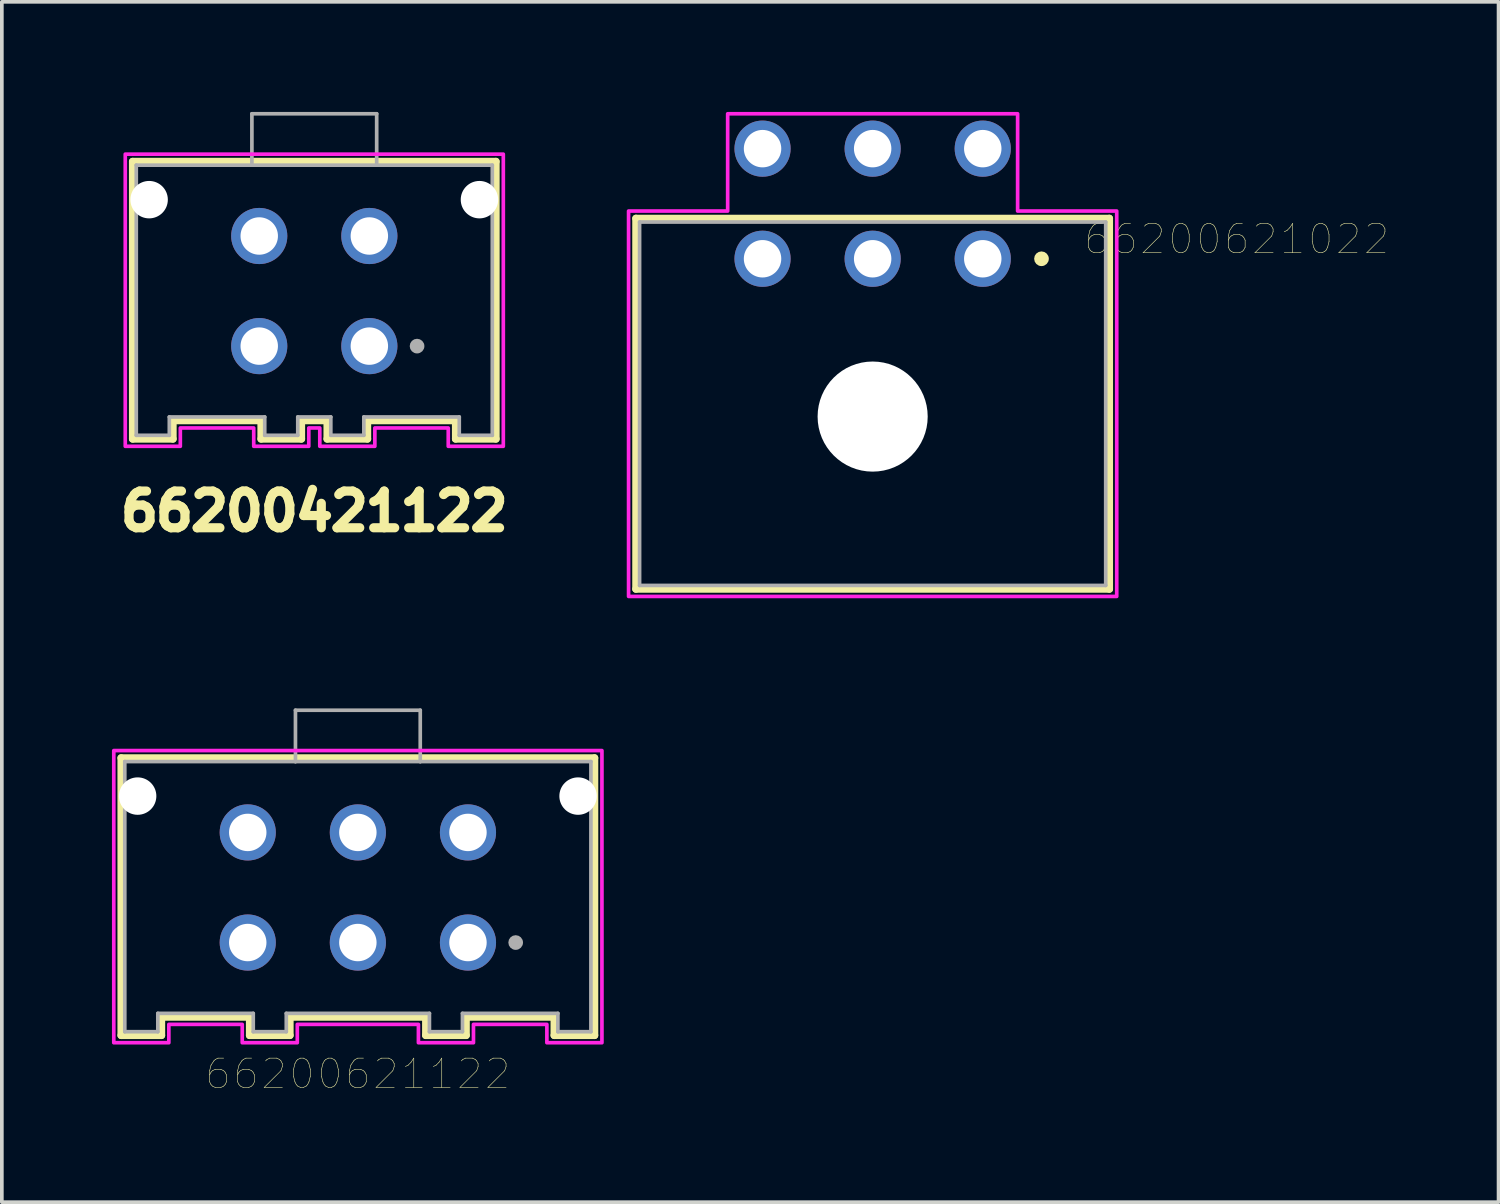
<source format=kicad_pcb>
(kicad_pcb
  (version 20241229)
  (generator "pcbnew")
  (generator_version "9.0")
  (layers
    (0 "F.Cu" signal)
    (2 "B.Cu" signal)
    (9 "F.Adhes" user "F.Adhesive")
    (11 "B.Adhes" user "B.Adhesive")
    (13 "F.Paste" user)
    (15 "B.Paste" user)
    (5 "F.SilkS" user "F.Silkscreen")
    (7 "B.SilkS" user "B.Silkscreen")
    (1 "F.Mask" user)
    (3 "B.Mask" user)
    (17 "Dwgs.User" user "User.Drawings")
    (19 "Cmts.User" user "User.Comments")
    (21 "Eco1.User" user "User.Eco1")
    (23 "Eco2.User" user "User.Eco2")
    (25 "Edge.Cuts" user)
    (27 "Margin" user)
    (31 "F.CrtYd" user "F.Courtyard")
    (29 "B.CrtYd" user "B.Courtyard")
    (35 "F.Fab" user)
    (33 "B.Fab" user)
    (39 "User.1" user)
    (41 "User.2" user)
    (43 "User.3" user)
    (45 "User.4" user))
  (footprint "66200421122"
    (layer "F.Cu")
    (at 5.513 4.88)
    (property "Reference" "66200421122" (at 0 6 0) (layer "F.SilkS") (effects (font (size 1 1) (thickness 0.25))))
    (attr through_hole)
    (fp_line (start -4.95 -3.53) (end 4.95 -3.53) (stroke (width 0.2) (type solid)) (layer "F.SilkS"))
    (fp_line (start -4.95 4.03) (end -4.95 -3.53) (stroke (width 0.2) (type solid)) (layer "F.SilkS"))
    (fp_line (start -3.85 3.53) (end -3.85 4.03) (stroke (width 0.2) (type solid)) (layer "F.SilkS"))
    (fp_line (start -3.85 4.03) (end -4.95 4.03) (stroke (width 0.2) (type solid)) (layer "F.SilkS"))
    (fp_line (start -1.45 3.53) (end -3.85 3.53) (stroke (width 0.2) (type solid)) (layer "F.SilkS"))
    (fp_line (start -1.45 4.03) (end -1.45 3.53) (stroke (width 0.2) (type solid)) (layer "F.SilkS"))
    (fp_line (start -0.35 3.53) (end -0.35 4.03) (stroke (width 0.2) (type solid)) (layer "F.SilkS"))
    (fp_line (start -0.35 4.03) (end -1.45 4.03) (stroke (width 0.2) (type solid)) (layer "F.SilkS"))
    (fp_line (start 0.35 3.53) (end -0.35 3.53) (stroke (width 0.2) (type solid)) (layer "F.SilkS"))
    (fp_line (start 0.35 4.03) (end 0.35 3.53) (stroke (width 0.2) (type solid)) (layer "F.SilkS"))
    (fp_line (start 1.45 3.53) (end 1.45 4.03) (stroke (width 0.2) (type solid)) (layer "F.SilkS"))
    (fp_line (start 1.45 4.03) (end 0.35 4.03) (stroke (width 0.2) (type solid)) (layer "F.SilkS"))
    (fp_line (start 3.85 3.53) (end 1.45 3.53) (stroke (width 0.2) (type solid)) (layer "F.SilkS"))
    (fp_line (start 3.85 4.03) (end 3.85 3.53) (stroke (width 0.2) (type solid)) (layer "F.SilkS"))
    (fp_line (start 4.95 -3.53) (end 4.95 4.03) (stroke (width 0.2) (type solid)) (layer "F.SilkS"))
    (fp_line (start 4.95 4.03) (end 3.85 4.03) (stroke (width 0.2) (type solid)) (layer "F.SilkS"))
    (fp_poly (pts (xy 5.15 -3.73) (xy 5.15 4.23) (xy 3.65 4.23) (xy 3.65 3.73) (xy 1.65 3.73) (xy 1.65 4.23) (xy 0.15 4.23) (xy 0.15 3.73) (xy -0.15 3.73) (xy -0.15 4.23) (xy -1.65 4.23) (xy -1.65 3.73) (xy -3.65 3.73) (xy -3.65 4.23) (xy -5.15 4.23) (xy -5.15 -3.73)) (stroke (width 0.1) (type solid)) (fill no) (layer "F.CrtYd"))
    (fp_line (start -4.85 -3.43) (end -4.85 3.93) (stroke (width 0.1) (type solid)) (layer "F.Fab"))
    (fp_line (start -4.85 3.93) (end -3.95 3.93) (stroke (width 0.1) (type solid)) (layer "F.Fab"))
    (fp_line (start -3.95 3.43) (end -1.35 3.43) (stroke (width 0.1) (type solid)) (layer "F.Fab"))
    (fp_line (start -3.95 3.93) (end -3.95 3.43) (stroke (width 0.1) (type solid)) (layer "F.Fab"))
    (fp_line (start -1.7 -4.83) (end 1.7 -4.83) (stroke (width 0.1) (type solid)) (layer "F.Fab"))
    (fp_line (start -1.7 -3.43) (end -4.85 -3.43) (stroke (width 0.1) (type solid)) (layer "F.Fab"))
    (fp_line (start -1.7 -3.43) (end -1.7 -4.83) (stroke (width 0.1) (type solid)) (layer "F.Fab"))
    (fp_line (start -1.35 3.43) (end -1.35 3.93) (stroke (width 0.1) (type solid)) (layer "F.Fab"))
    (fp_line (start -1.35 3.93) (end -0.45 3.93) (stroke (width 0.1) (type solid)) (layer "F.Fab"))
    (fp_line (start -0.45 3.43) (end 0.45 3.43) (stroke (width 0.1) (type solid)) (layer "F.Fab"))
    (fp_line (start -0.45 3.93) (end -0.45 3.43) (stroke (width 0.1) (type solid)) (layer "F.Fab"))
    (fp_line (start 0.45 3.43) (end 0.45 3.93) (stroke (width 0.1) (type solid)) (layer "F.Fab"))
    (fp_line (start 0.45 3.93) (end 1.35 3.93) (stroke (width 0.1) (type solid)) (layer "F.Fab"))
    (fp_line (start 1.35 3.43) (end 3.95 3.43) (stroke (width 0.1) (type solid)) (layer "F.Fab"))
    (fp_line (start 1.35 3.93) (end 1.35 3.43) (stroke (width 0.1) (type solid)) (layer "F.Fab"))
    (fp_line (start 1.7 -4.83) (end 1.7 -3.43) (stroke (width 0.1) (type solid)) (layer "F.Fab"))
    (fp_line (start 1.7 -3.43) (end -1.7 -3.43) (stroke (width 0.1) (type solid)) (layer "F.Fab"))
    (fp_line (start 3.95 3.93) (end 3.95 3.43) (stroke (width 0.1) (type solid)) (layer "F.Fab"))
    (fp_line (start 4.85 -3.43) (end 1.7 -3.43) (stroke (width 0.1) (type solid)) (layer "F.Fab"))
    (fp_line (start 4.85 3.93) (end 3.95 3.93) (stroke (width 0.1) (type solid)) (layer "F.Fab"))
    (fp_line (start 4.85 3.93) (end 4.85 -3.43) (stroke (width 0.1) (type solid)) (layer "F.Fab"))
    (fp_circle (center 2.8 1.5) (end 2.9 1.5) (stroke (width 0.2) (type solid)) (fill no) (layer "F.Fab"))
    (pad "" np_thru_hole circle (at -4.5 -2.49) (size 1.02 1.02) (drill 1.02) (layers "*.Cu" "*.Mask"))
    (pad "" np_thru_hole circle (at 4.5 -2.49) (size 1.02 1.02) (drill 1.02) (layers "*.Cu" "*.Mask"))
    (pad "1" thru_hole circle (at 1.5 1.5) (size 1.53 1.53) (drill 1.02) (layers "*.Cu" "*.Mask"))
    (pad "2" thru_hole circle (at -1.5 1.5) (size 1.53 1.53) (drill 1.02) (layers "*.Cu" "*.Mask"))
    (pad "3" thru_hole circle (at 1.5 -1.5) (size 1.53 1.53) (drill 1.02) (layers "*.Cu" "*.Mask"))
    (pad "4" thru_hole circle (at -1.5 -1.5) (size 1.53 1.53) (drill 1.02) (layers "*.Cu" "*.Mask")))
  (footprint "66200621122"
    (layer "F.Cu")
    (at 6.7 21.13)
    (property "Reference" "66200621122" (at 0 5.08 0) (layer "F.SilkS") (effects (font (size 0.8 0.8) (thickness 0.015))))
    (attr through_hole)
    (fp_line (start -6.45 -3.53) (end 6.45 -3.53) (stroke (width 0.2) (type solid)) (layer "F.SilkS"))
    (fp_line (start -6.45 4.03) (end -6.45 -3.53) (stroke (width 0.2) (type solid)) (layer "F.SilkS"))
    (fp_line (start -5.35 3.53) (end -5.35 4.03) (stroke (width 0.2) (type solid)) (layer "F.SilkS"))
    (fp_line (start -5.35 4.03) (end -6.45 4.03) (stroke (width 0.2) (type solid)) (layer "F.SilkS"))
    (fp_line (start -2.95 3.53) (end -5.35 3.53) (stroke (width 0.2) (type solid)) (layer "F.SilkS"))
    (fp_line (start -2.95 4.03) (end -2.95 3.53) (stroke (width 0.2) (type solid)) (layer "F.SilkS"))
    (fp_line (start -1.85 3.53) (end -1.85 4.03) (stroke (width 0.2) (type solid)) (layer "F.SilkS"))
    (fp_line (start -1.85 4.03) (end -2.95 4.03) (stroke (width 0.2) (type solid)) (layer "F.SilkS"))
    (fp_line (start 1.85 3.53) (end -1.85 3.53) (stroke (width 0.2) (type solid)) (layer "F.SilkS"))
    (fp_line (start 1.85 4.03) (end 1.85 3.53) (stroke (width 0.2) (type solid)) (layer "F.SilkS"))
    (fp_line (start 2.95 3.53) (end 2.95 4.03) (stroke (width 0.2) (type solid)) (layer "F.SilkS"))
    (fp_line (start 2.95 4.03) (end 1.85 4.03) (stroke (width 0.2) (type solid)) (layer "F.SilkS"))
    (fp_line (start 5.35 3.53) (end 2.95 3.53) (stroke (width 0.2) (type solid)) (layer "F.SilkS"))
    (fp_line (start 5.35 4.03) (end 5.35 3.53) (stroke (width 0.2) (type solid)) (layer "F.SilkS"))
    (fp_line (start 6.45 -3.53) (end 6.45 4.03) (stroke (width 0.2) (type solid)) (layer "F.SilkS"))
    (fp_line (start 6.45 4.03) (end 5.35 4.03) (stroke (width 0.2) (type solid)) (layer "F.SilkS"))
    (fp_poly (pts (xy 6.65 -3.73) (xy 6.65 4.23) (xy 5.15 4.23) (xy 5.15 3.73) (xy 3.15 3.73) (xy 3.15 4.23) (xy 1.65 4.23) (xy 1.65 3.73) (xy -1.65 3.73) (xy -1.65 4.23) (xy -3.15 4.23) (xy -3.15 3.73) (xy -5.15 3.73) (xy -5.15 4.23) (xy -6.65 4.23) (xy -6.65 -3.73)) (stroke (width 0.1) (type solid)) (fill no) (layer "F.CrtYd"))
    (fp_line (start -6.35 -3.43) (end -6.35 3.93) (stroke (width 0.1) (type solid)) (layer "F.Fab"))
    (fp_line (start -6.35 3.93) (end -5.45 3.93) (stroke (width 0.1) (type solid)) (layer "F.Fab"))
    (fp_line (start -5.45 3.43) (end -2.85 3.43) (stroke (width 0.1) (type solid)) (layer "F.Fab"))
    (fp_line (start -5.45 3.93) (end -5.45 3.43) (stroke (width 0.1) (type solid)) (layer "F.Fab"))
    (fp_line (start -2.85 3.43) (end -2.85 3.93) (stroke (width 0.1) (type solid)) (layer "F.Fab"))
    (fp_line (start -2.85 3.93) (end -1.95 3.93) (stroke (width 0.1) (type solid)) (layer "F.Fab"))
    (fp_line (start -1.95 3.43) (end 1.95 3.43) (stroke (width 0.1) (type solid)) (layer "F.Fab"))
    (fp_line (start -1.95 3.93) (end -1.95 3.43) (stroke (width 0.1) (type solid)) (layer "F.Fab"))
    (fp_line (start -1.7 -4.83) (end 1.7 -4.83) (stroke (width 0.1) (type solid)) (layer "F.Fab"))
    (fp_line (start -1.7 -3.43) (end -6.35 -3.43) (stroke (width 0.1) (type solid)) (layer "F.Fab"))
    (fp_line (start -1.7 -3.43) (end -1.7 -4.83) (stroke (width 0.1) (type solid)) (layer "F.Fab"))
    (fp_line (start 1.7 -4.83) (end 1.7 -3.43) (stroke (width 0.1) (type solid)) (layer "F.Fab"))
    (fp_line (start 1.7 -3.43) (end -1.7 -3.43) (stroke (width 0.1) (type solid)) (layer "F.Fab"))
    (fp_line (start 1.95 3.43) (end 1.95 3.93) (stroke (width 0.1) (type solid)) (layer "F.Fab"))
    (fp_line (start 1.95 3.93) (end 2.85 3.93) (stroke (width 0.1) (type solid)) (layer "F.Fab"))
    (fp_line (start 2.85 3.43) (end 5.45 3.43) (stroke (width 0.1) (type solid)) (layer "F.Fab"))
    (fp_line (start 2.85 3.93) (end 2.85 3.43) (stroke (width 0.1) (type solid)) (layer "F.Fab"))
    (fp_line (start 5.45 3.93) (end 5.45 3.43) (stroke (width 0.1) (type solid)) (layer "F.Fab"))
    (fp_line (start 6.35 -3.43) (end 1.7 -3.43) (stroke (width 0.1) (type solid)) (layer "F.Fab"))
    (fp_line (start 6.35 3.93) (end 5.45 3.93) (stroke (width 0.1) (type solid)) (layer "F.Fab"))
    (fp_line (start 6.35 3.93) (end 6.35 -3.43) (stroke (width 0.1) (type solid)) (layer "F.Fab"))
    (fp_circle (center 4.3 1.5) (end 4.4 1.5) (stroke (width 0.2) (type solid)) (fill no) (layer "F.Fab"))
    (pad "" np_thru_hole circle (at -6 -2.49) (size 1.02 1.02) (drill 1.02) (layers "*.Cu" "*.Mask"))
    (pad "" np_thru_hole circle (at 6 -2.49) (size 1.02 1.02) (drill 1.02) (layers "*.Cu" "*.Mask"))
    (pad "1" thru_hole circle (at 3 1.5) (size 1.53 1.53) (drill 1.02) (layers "*.Cu" "*.Mask"))
    (pad "2" thru_hole circle (at 0 1.5) (size 1.53 1.53) (drill 1.02) (layers "*.Cu" "*.Mask"))
    (pad "3" thru_hole circle (at -3 1.5) (size 1.53 1.53) (drill 1.02) (layers "*.Cu" "*.Mask"))
    (pad "4" thru_hole circle (at 3 -1.5) (size 1.53 1.53) (drill 1.02) (layers "*.Cu" "*.Mask"))
    (pad "5" thru_hole circle (at 0 -1.5) (size 1.53 1.53) (drill 1.02) (layers "*.Cu" "*.Mask"))
    (pad "6" thru_hole circle (at -3 -1.5) (size 1.53 1.53) (drill 1.02) (layers "*.Cu" "*.Mask")))
  (footprint "66200621022"
    (layer "F.Cu")
    (at 20.726 7.95)
    (property "Reference" "66200621022" (at 9.92 -4.483 0) (layer "F.SilkS") (effects (font (size 0.8 0.8) (thickness 0.015))))
    (attr through_hole)
    (fp_line (start -6.45 -5.05) (end 6.45 -5.05) (stroke (width 0.2) (type solid)) (layer "F.SilkS"))
    (fp_line (start -6.45 5.05) (end -6.45 -5.05) (stroke (width 0.2) (type solid)) (layer "F.SilkS"))
    (fp_line (start 6.45 -5.05) (end 6.45 5.05) (stroke (width 0.2) (type solid)) (layer "F.SilkS"))
    (fp_line (start 6.45 5.05) (end -6.45 5.05) (stroke (width 0.2) (type solid)) (layer "F.SilkS"))
    (fp_circle (center 4.6 -3.95) (end 4.7 -3.95) (stroke (width 0.2) (type solid)) (fill no) (layer "F.SilkS"))
    (fp_poly (pts (xy 3.95 -7.9) (xy 3.95 -5.25) (xy 6.65 -5.25) (xy 6.65 5.25) (xy -6.65 5.25) (xy -6.65 -5.25) (xy -3.95 -5.25) (xy -3.95 -7.9)) (stroke (width 0.1) (type solid)) (fill no) (layer "F.CrtYd"))
    (fp_line (start -6.35 -4.95) (end 6.35 -4.95) (stroke (width 0.1) (type solid)) (layer "F.Fab"))
    (fp_line (start -6.35 4.95) (end -6.35 -4.95) (stroke (width 0.1) (type solid)) (layer "F.Fab"))
    (fp_line (start 6.35 -4.95) (end 6.35 4.95) (stroke (width 0.1) (type solid)) (layer "F.Fab"))
    (fp_line (start 6.35 4.95) (end -6.35 4.95) (stroke (width 0.1) (type solid)) (layer "F.Fab"))
    (pad "" np_thru_hole circle (at 0 0.35) (size 3 3) (drill 3) (layers "*.Cu" "*.Mask"))
    (pad "1" thru_hole circle (at 3 -3.95) (size 1.53 1.53) (drill 1.02) (layers "*.Cu" "*.Mask"))
    (pad "2" thru_hole circle (at 0 -3.95) (size 1.53 1.53) (drill 1.02) (layers "*.Cu" "*.Mask"))
    (pad "3" thru_hole circle (at -3 -3.95) (size 1.53 1.53) (drill 1.02) (layers "*.Cu" "*.Mask"))
    (pad "4" thru_hole circle (at 3 -6.95) (size 1.53 1.53) (drill 1.02) (layers "*.Cu" "*.Mask"))
    (pad "5" thru_hole circle (at 0 -6.95) (size 1.53 1.53) (drill 1.02) (layers "*.Cu" "*.Mask"))
    (pad "6" thru_hole circle (at -3 -6.95) (size 1.53 1.53) (drill 1.02) (layers "*.Cu" "*.Mask")))
  (gr_rect
    (start -3 -3)
    (end 37.779 29.704)
    (stroke (width 0.1) (type default))
    (fill no)
    (layer "Edge.Cuts")))
</source>
